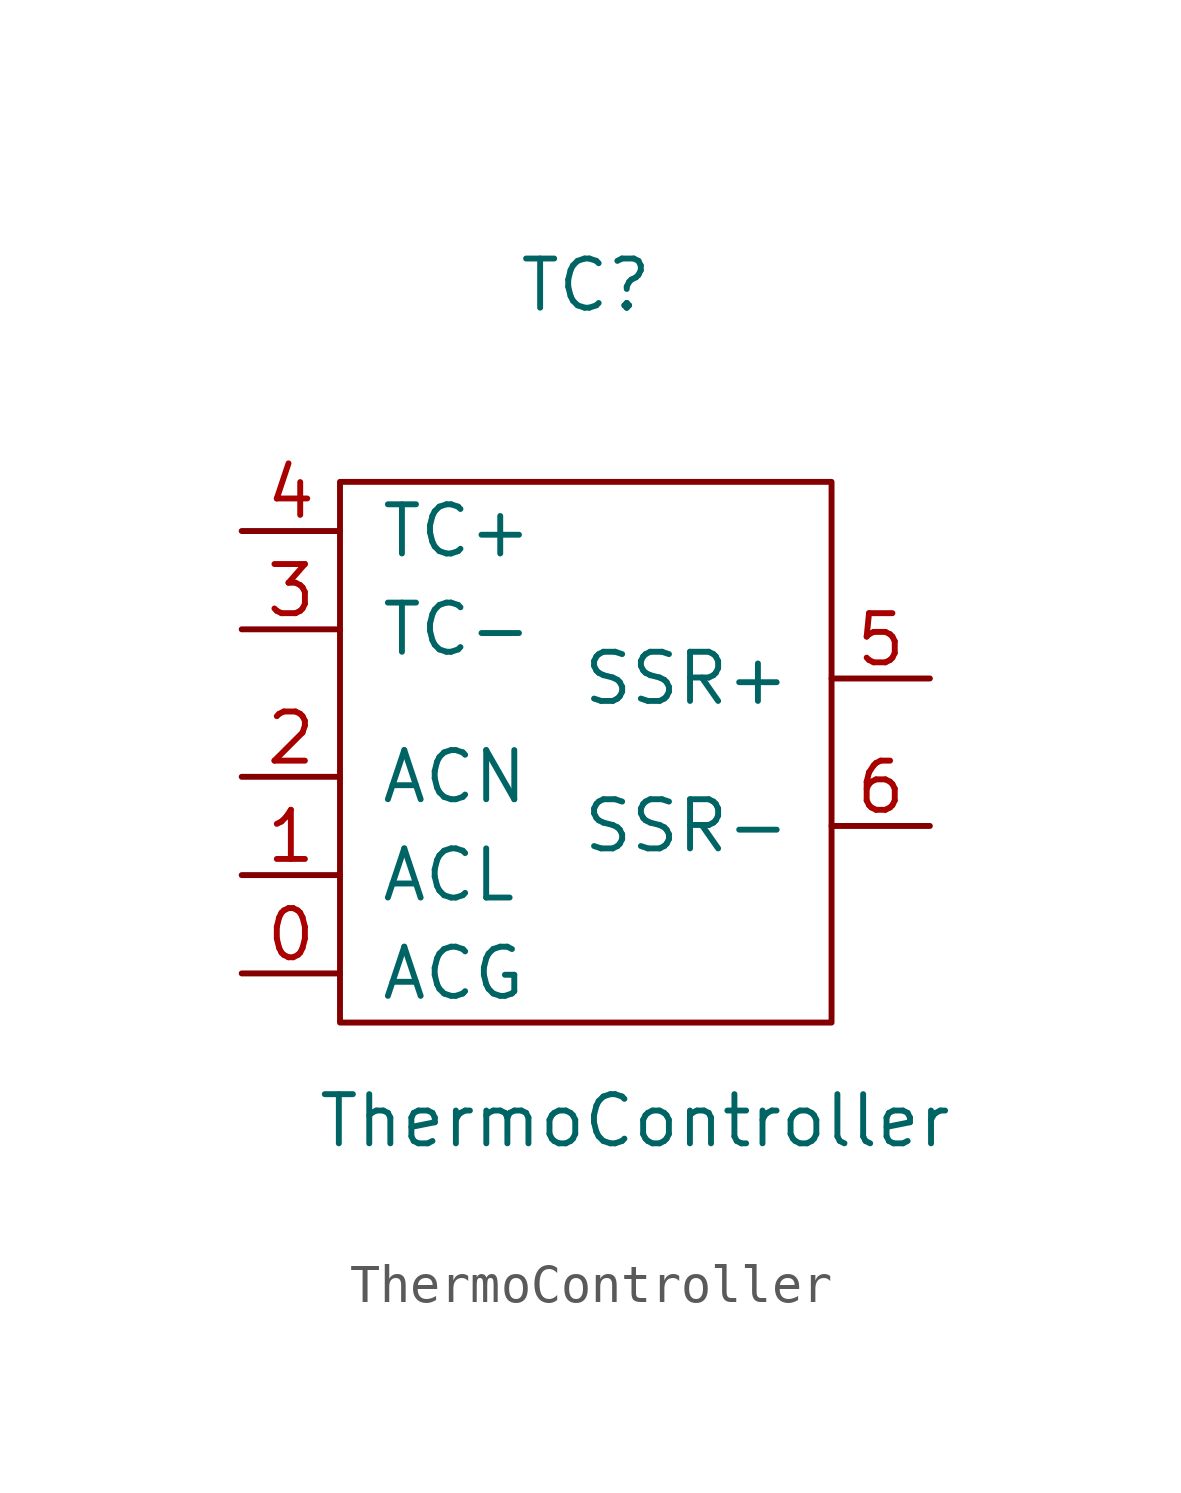
<source format=kicad_sym>
(kicad_symbol_lib
  (version 20220914)
  (generator kicad_symbol_editor)
  (symbol "ThermoController"
    (pin_names
      (offset 1.016))
    (property "Reference" "TC"
      (at 0 12.7 0)
      (effects (font (size 1.27 1.27))))
    (property "Value" "ThermoController"
      (at 1.27 -8.89 0)
      (effects (font (size 1.27 1.27))))
    (symbol "ThermoController_0_1"
      (rectangle (start -6.35 7.62) (end 6.35 -6.35) (stroke (width 0) (type default)) (fill (type none))))
    (symbol "ThermoController_1_1"
      (pin power_in line (at -8.89 -5.08 0) (length 2.54) (name "ACG" (effects (font (size 1.27 1.27)))) (number "0" (effects (font (size 1.27 1.27)))))
      (pin power_in line (at -8.89 -2.54 0) (length 2.54) (name "ACL" (effects (font (size 1.27 1.27)))) (number "1" (effects (font (size 1.27 1.27)))))
      (pin power_in line (at -8.89 0 0) (length 2.54) (name "ACN" (effects (font (size 1.27 1.27)))) (number "2" (effects (font (size 1.27 1.27)))))
      (pin input line (at -8.89 3.81 0) (length 2.54) (name "TC-" (effects (font (size 1.27 1.27)))) (number "3" (effects (font (size 1.27 1.27)))))
      (pin input line (at -8.89 6.35 0) (length 2.54) (name "TC+" (effects (font (size 1.27 1.27)))) (number "4" (effects (font (size 1.27 1.27)))))
      (pin output line (at 8.89 2.54 180) (length 2.54) (name "SSR+" (effects (font (size 1.27 1.27)))) (number "5" (effects (font (size 1.27 1.27)))))
      (pin output line (at 8.89 -1.27 180) (length 2.54) (name "SSR-" (effects (font (size 1.27 1.27)))) (number "6" (effects (font (size 1.27 1.27))))))))
</source>
